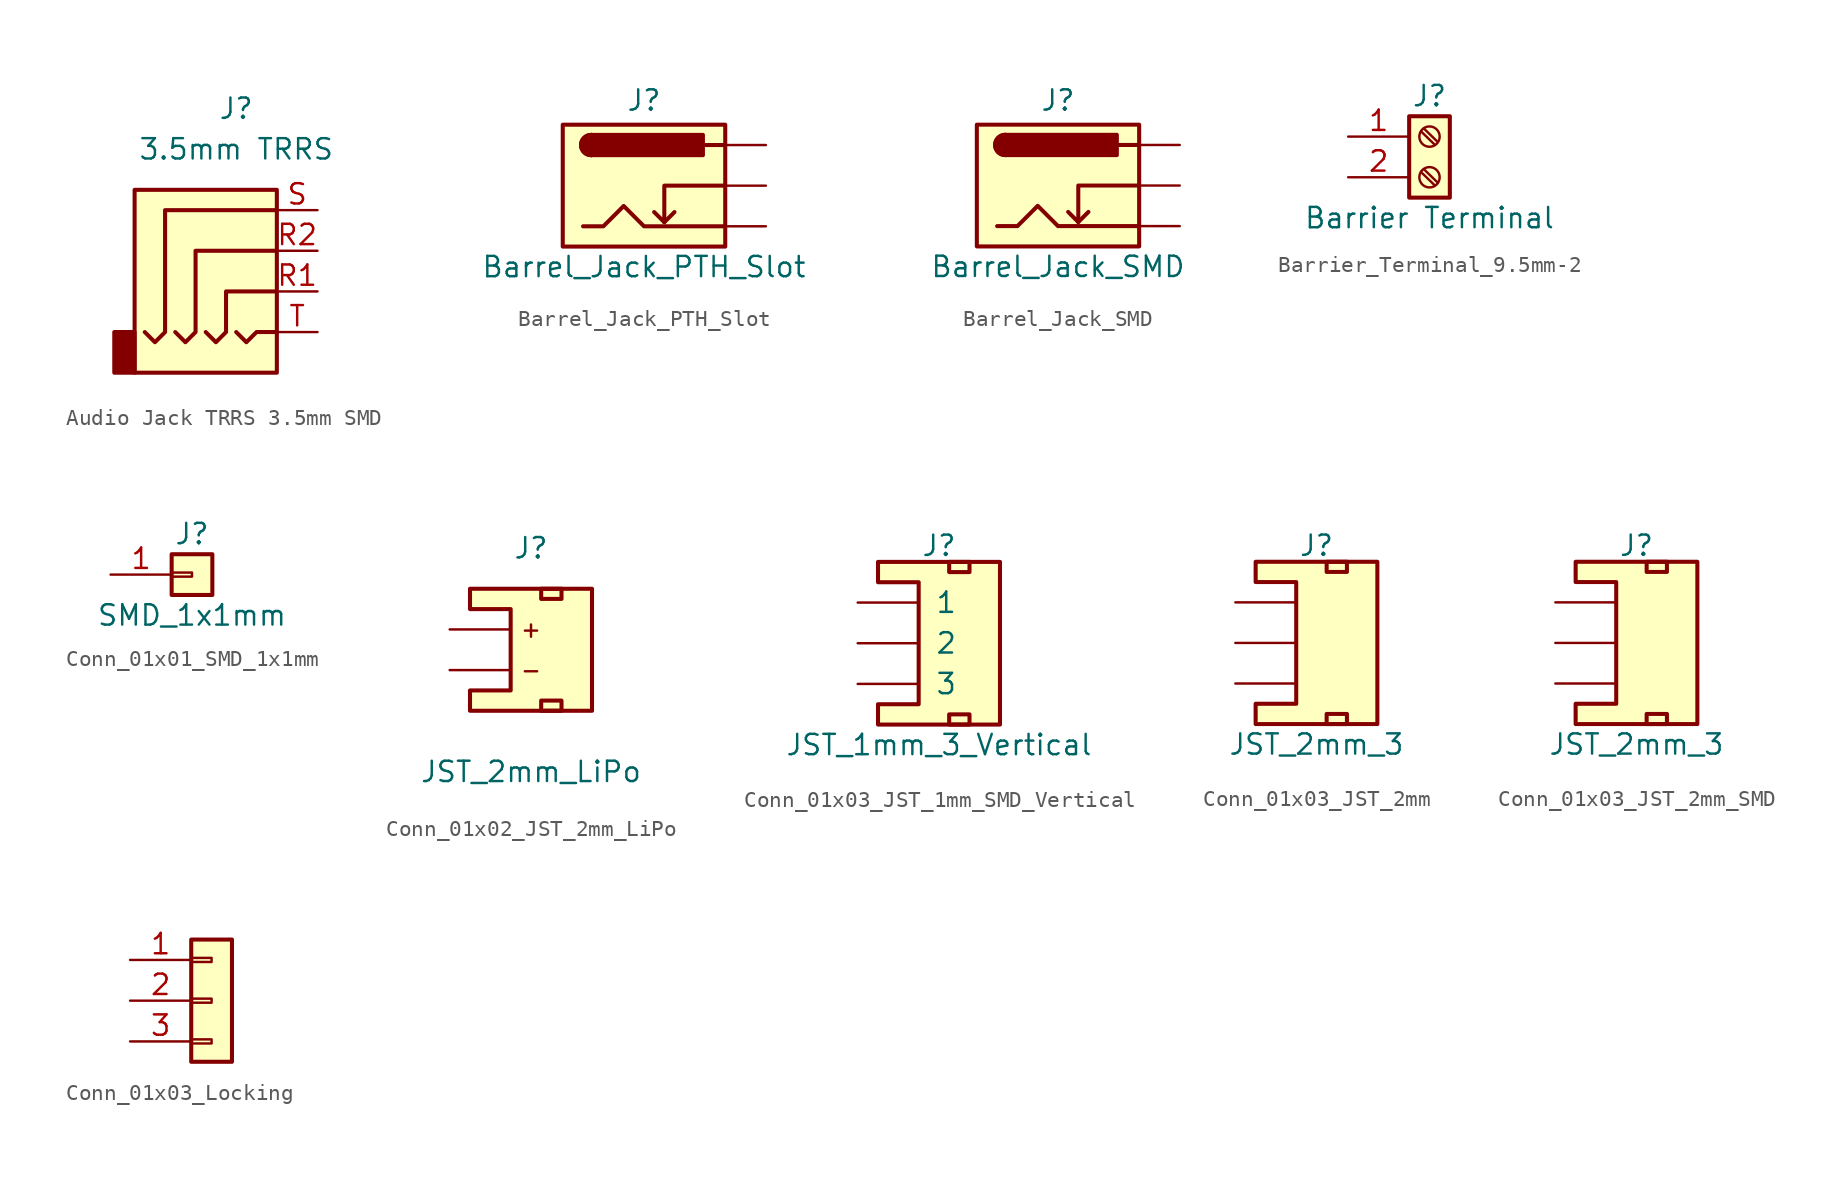
<source format=kicad_sym>
(kicad_symbol_lib
  (version 20231120)
  (generator "kicad_symbol_editor")
  (generator_version "8.0")
  (symbol "Audio Jack TRRS 3.5mm SMD"
    (property "Reference" "J"
      (at 0 8.89 0)
      (effects (font (size 1.27 1.27))))
    (property "Value" "3.5mm TRRS"
      (at 0 6.35 0)
      (effects (font (size 1.27 1.27))))
    (symbol "Audio Jack TRRS 3.5mm SMD_0_1"
      (rectangle (start -6.35 -5.08) (end -7.62 -7.62) (stroke (width 0.254) (type default)) (fill (type outline)))
      (rectangle (start -6.35 3.81) (end 2.54 -7.62) (stroke (width 0.254) (type default)) (fill (type background)))
      (polyline (pts (xy 0 -5.08) (xy 0.635 -5.715) (xy 1.27 -5.08) (xy 2.54 -5.08)) (stroke (width 0.254) (type default)) (fill (type none)))
      (polyline (pts (xy -5.715 -5.08) (xy -5.08 -5.715) (xy -4.445 -5.08) (xy -4.445 2.54) (xy 2.54 2.54)) (stroke (width 0.254) (type default)) (fill (type none)))
      (polyline (pts (xy -1.905 -5.08) (xy -1.27 -5.715) (xy -0.635 -5.08) (xy -0.635 -2.54) (xy 2.54 -2.54)) (stroke (width 0.254) (type default)) (fill (type none)))
      (polyline (pts (xy 2.54 0) (xy -2.54 0) (xy -2.54 -5.08) (xy -3.175 -5.715) (xy -3.81 -5.08)) (stroke (width 0.254) (type default)) (fill (type none))))
    (symbol "Audio Jack TRRS 3.5mm SMD_1_1"
      (pin passive line (at 5.08 -2.54 180) (length 2.54) (name "~" (effects (font (size 1.27 1.27)))) (number "R1" (effects (font (size 1.27 1.27)))))
      (pin passive line (at 5.08 0 180) (length 2.54) (name "~" (effects (font (size 1.27 1.27)))) (number "R2" (effects (font (size 1.27 1.27)))))
      (pin passive line (at 5.08 2.54 180) (length 2.54) (name "~" (effects (font (size 1.27 1.27)))) (number "S" (effects (font (size 1.27 1.27)))))
      (pin passive line (at 5.08 -5.08 180) (length 2.54) (name "~" (effects (font (size 1.27 1.27)))) (number "T" (effects (font (size 1.27 1.27)))))))
  (symbol "Barrel_Jack_PTH_Slot"
    (pin_numbers hide)
    (pin_names hide)
    (property "Reference" "J"
      (at 0 5.334 0)
      (effects (font (size 1.27 1.27))))
    (property "Value" "Barrel_Jack_PTH_Slot"
      (at 0 -5.08 0)
      (effects (font (size 1.27 1.27))))
    (symbol "Barrel_Jack_PTH_Slot_0_1"
      (rectangle (start -5.08 3.81) (end 5.08 -3.81) (stroke (width 0.254) (type default)) (fill (type background)))
      (arc (start -3.302 3.175) (mid -3.9343 2.54) (end -3.302 1.905) (stroke (width 0.254) (type default)) (fill (type none)))
      (arc (start -3.302 3.175) (mid -3.9343 2.54) (end -3.302 1.905) (stroke (width 0.254) (type default)) (fill (type outline)))
      (polyline (pts (xy 1.27 -2.286) (xy 1.905 -1.651)) (stroke (width 0.254) (type default)) (fill (type none)))
      (polyline (pts (xy 5.08 2.54) (xy 3.81 2.54)) (stroke (width 0.254) (type default)) (fill (type none)))
      (polyline (pts (xy 5.08 0) (xy 1.27 0) (xy 1.27 -2.286) (xy 0.635 -1.651)) (stroke (width 0.254) (type default)) (fill (type none)))
      (polyline (pts (xy -3.81 -2.54) (xy -2.54 -2.54) (xy -1.27 -1.27) (xy 0 -2.54) (xy 2.54 -2.54) (xy 5.08 -2.54)) (stroke (width 0.254) (type default)) (fill (type none)))
      (rectangle (start 3.683 3.175) (end -3.302 1.905) (stroke (width 0.254) (type default)) (fill (type outline))))
    (symbol "Barrel_Jack_PTH_Slot_1_1"
      (pin passive line (at 7.62 -2.54 180) (length 2.54) (name "GND" (effects (font (size 1.27 1.27)))) (number "GND" (effects (font (size 1.27 1.27)))))
      (pin passive line (at 7.62 0 180) (length 2.54) (name "GNDBREAK" (effects (font (size 1.27 1.27)))) (number "GNDBREAK" (effects (font (size 1.27 1.27)))))
      (pin passive line (at 7.62 2.54 180) (length 2.54) (name "PWR" (effects (font (size 1.27 1.27)))) (number "PWR" (effects (font (size 1.27 1.27)))))))
  (symbol "Barrel_Jack_SMD"
    (pin_numbers hide)
    (pin_names hide)
    (property "Reference" "J"
      (at 0 5.334 0)
      (effects (font (size 1.27 1.27))))
    (property "Value" "Barrel_Jack_SMD"
      (at 0 -5.08 0)
      (effects (font (size 1.27 1.27))))
    (symbol "Barrel_Jack_SMD_0_1"
      (rectangle (start -5.08 3.81) (end 5.08 -3.81) (stroke (width 0.254) (type default)) (fill (type background)))
      (arc (start -3.302 3.175) (mid -3.9343 2.54) (end -3.302 1.905) (stroke (width 0.254) (type default)) (fill (type none)))
      (arc (start -3.302 3.175) (mid -3.9343 2.54) (end -3.302 1.905) (stroke (width 0.254) (type default)) (fill (type outline)))
      (polyline (pts (xy 1.27 -2.286) (xy 1.905 -1.651)) (stroke (width 0.254) (type default)) (fill (type none)))
      (polyline (pts (xy 5.08 2.54) (xy 3.81 2.54)) (stroke (width 0.254) (type default)) (fill (type none)))
      (polyline (pts (xy 5.08 0) (xy 1.27 0) (xy 1.27 -2.286) (xy 0.635 -1.651)) (stroke (width 0.254) (type default)) (fill (type none)))
      (polyline (pts (xy -3.81 -2.54) (xy -2.54 -2.54) (xy -1.27 -1.27) (xy 0 -2.54) (xy 2.54 -2.54) (xy 5.08 -2.54)) (stroke (width 0.254) (type default)) (fill (type none)))
      (rectangle (start 3.683 3.175) (end -3.302 1.905) (stroke (width 0.254) (type default)) (fill (type outline))))
    (symbol "Barrel_Jack_SMD_1_1"
      (pin passive line (at 7.62 -2.54 180) (length 2.54) (name "GND" (effects (font (size 1.27 1.27)))) (number "GND" (effects (font (size 1.27 1.27)))))
      (pin passive line (at 7.62 0 180) (length 2.54) (name "GNDBREAK" (effects (font (size 1.27 1.27)))) (number "GNDBREAK" (effects (font (size 1.27 1.27)))))
      (pin passive line (at 7.62 2.54 180) (length 2.54) (name "PWR" (effects (font (size 1.27 1.27)))) (number "PWR" (effects (font (size 1.27 1.27)))))))
  (symbol "Barrier_Terminal_9.5mm-2"
    (pin_names
      (offset 1.016) hide)
    (property "Reference" "J"
      (at 0 3.81 0)
      (effects (font (size 1.27 1.27))))
    (property "Value" "Barrier Terminal"
      (at 0 -3.81 0)
      (effects (font (size 1.27 1.27))))
    (symbol "Barrier_Terminal_9.5mm-2_1_1"
      (rectangle (start -1.27 2.54) (end 1.27 -2.54) (stroke (width 0.254) (type default)) (fill (type background)))
      (circle (center 0 -1.27) (radius 0.635) (stroke (width 0.152) (type default)) (fill (type none)))
      (polyline (pts (xy -0.533 -0.94) (xy 0.33 -1.778)) (stroke (width 0.152) (type default)) (fill (type none)))
      (polyline (pts (xy -0.533 1.6) (xy 0.33 0.762)) (stroke (width 0.152) (type default)) (fill (type none)))
      (polyline (pts (xy -0.356 -0.762) (xy 0.508 -1.6)) (stroke (width 0.152) (type default)) (fill (type none)))
      (polyline (pts (xy -0.356 1.778) (xy 0.508 0.94)) (stroke (width 0.152) (type default)) (fill (type none)))
      (circle (center 0 1.27) (radius 0.635) (stroke (width 0.152) (type default)) (fill (type none)))
      (pin passive line (at -5.08 1.27 0) (length 3.81) (name "Pin_1" (effects (font (size 1.27 1.27)))) (number "1" (effects (font (size 1.27 1.27)))))
      (pin passive line (at -5.08 -1.27 0) (length 3.81) (name "Pin_2" (effects (font (size 1.27 1.27)))) (number "2" (effects (font (size 1.27 1.27)))))))
  (symbol "Conn_01x01_SMD_1x1mm"
    (pin_names
      (offset 1.016) hide)
    (property "Reference" "J"
      (at 0 2.54 0)
      (effects (font (size 1.27 1.27))))
    (property "Value" "SMD_1x1mm"
      (at 0 -2.54 0)
      (effects (font (size 1.27 1.27))))
    (symbol "Conn_01x01_SMD_1x1mm_1_1"
      (rectangle (start -1.27 0.127) (end 0 -0.127) (stroke (width 0.152) (type default)) (fill (type none)))
      (rectangle (start -1.27 1.27) (end 1.27 -1.27) (stroke (width 0.254) (type default)) (fill (type background)))
      (pin passive line (at -5.08 0 0) (length 3.81) (name "Pin_1" (effects (font (size 1.27 1.27)))) (number "1" (effects (font (size 1.27 1.27)))))))
  (symbol "Conn_01x02_JST_2mm_LiPo"
    (pin_numbers hide)
    (pin_names
      (offset 1.016) hide)
    (property "Reference" "J"
      (at 0 5.08 0)
      (effects (font (size 1.27 1.27))))
    (property "Value" "JST_2mm_LiPo"
      (at 0 -8.89 0)
      (effects (font (size 1.27 1.27))))
    (symbol "Conn_01x02_JST_2mm_LiPo_1_1"
      (polyline (pts (xy -1.27 1.27) (xy -3.81 1.27) (xy -3.81 2.54) (xy 3.81 2.54) (xy 3.81 -5.08) (xy -3.81 -5.08) (xy -3.81 -3.81) (xy -1.27 -3.81) (xy -1.27 1.27)) (stroke (width 0.254) (type default)) (fill (type background)))
      (rectangle (start 0.635 -4.445) (end 1.905 -5.08) (stroke (width 0.254) (type default)) (fill (type none)))
      (rectangle (start 0.635 2.54) (end 1.905 1.905) (stroke (width 0.254) (type default)) (fill (type none)))
      (text "+" (at 0 0 0) (effects (font (size 1 1))))
      (text "-" (at 0 -2.54 0) (effects (font (size 1 1))))
      (pin passive line (at -5.08 -2.54 0) (length 3.81) (name "-" (effects (font (size 1.27 1.27)))) (number "1" (effects (font (size 1.27 1.27)))))
      (pin passive line (at -5.08 0 0) (length 3.81) (name "+" (effects (font (size 1.27 1.27)))) (number "2" (effects (font (size 1.27 1.27)))))
      (pin no_connect line (at 1.27 -1.27 0) (length 2.54) hide (name "NC1" (effects (font (size 1.27 1.27)))) (number "NC1" (effects (font (size 1.27 1.27)))))
      (pin no_connect line (at 1.27 -1.27 0) (length 2.54) hide (name "NC2" (effects (font (size 1.27 1.27)))) (number "NC2" (effects (font (size 1.27 1.27)))))))
  (symbol "Conn_01x03_JST_1mm_SMD_Vertical"
    (pin_numbers hide)
    (pin_names
      (offset 1.016))
    (property "Reference" "J"
      (at 0 6.096 0)
      (effects (font (size 1.27 1.27))))
    (property "Value" "JST_1mm_3_Vertical"
      (at 0 -6.35 0)
      (effects (font (size 1.27 1.27))))
    (symbol "Conn_01x03_JST_1mm_SMD_Vertical_1_1"
      (polyline (pts (xy -1.27 3.81) (xy -3.81 3.81) (xy -3.81 5.08) (xy 3.81 5.08) (xy 3.81 -5.08) (xy -3.81 -5.08) (xy -3.81 -3.81) (xy -1.27 -3.81) (xy -1.27 3.81)) (stroke (width 0.254) (type default)) (fill (type background)))
      (rectangle (start 0.635 -4.445) (end 1.905 -5.08) (stroke (width 0.254) (type default)) (fill (type none)))
      (rectangle (start 0.635 5.08) (end 1.905 4.445) (stroke (width 0.254) (type default)) (fill (type none)))
      (pin passive line (at -5.08 2.54 0) (length 3.81) (name "1" (effects (font (size 1.27 1.27)))) (number "1" (effects (font (size 1.27 1.27)))))
      (pin passive line (at -5.08 0 0) (length 3.81) (name "2" (effects (font (size 1.27 1.27)))) (number "2" (effects (font (size 1.27 1.27)))))
      (pin passive line (at -5.08 -2.54 0) (length 3.81) (name "3" (effects (font (size 1.27 1.27)))) (number "3" (effects (font (size 1.27 1.27)))))))
  (symbol "Conn_01x03_JST_2mm"
    (pin_numbers hide)
    (pin_names
      (offset 1.016) hide)
    (property "Reference" "J"
      (at 0 6.096 0)
      (effects (font (size 1.27 1.27))))
    (property "Value" "JST_2mm_3"
      (at 0 -6.35 0)
      (effects (font (size 1.27 1.27))))
    (symbol "Conn_01x03_JST_2mm_1_1"
      (polyline (pts (xy -1.27 3.81) (xy -3.81 3.81) (xy -3.81 5.08) (xy 3.81 5.08) (xy 3.81 -5.08) (xy -3.81 -5.08) (xy -3.81 -3.81) (xy -1.27 -3.81) (xy -1.27 3.81)) (stroke (width 0.254) (type default)) (fill (type background)))
      (rectangle (start 0.635 -4.445) (end 1.905 -5.08) (stroke (width 0.254) (type default)) (fill (type none)))
      (rectangle (start 0.635 5.08) (end 1.905 4.445) (stroke (width 0.254) (type default)) (fill (type none)))
      (pin passive line (at -5.08 2.54 0) (length 3.81) (name "1" (effects (font (size 1.27 1.27)))) (number "1" (effects (font (size 1.27 1.27)))))
      (pin passive line (at -5.08 0 0) (length 3.81) (name "2" (effects (font (size 1.27 1.27)))) (number "2" (effects (font (size 1.27 1.27)))))
      (pin passive line (at -5.08 -2.54 0) (length 3.81) (name "3" (effects (font (size 1.27 1.27)))) (number "3" (effects (font (size 1.27 1.27)))))))
  (symbol "Conn_01x03_JST_2mm_SMD"
    (pin_numbers hide)
    (pin_names
      (offset 1.016) hide)
    (property "Reference" "J"
      (at 0 6.096 0)
      (effects (font (size 1.27 1.27))))
    (property "Value" "JST_2mm_3"
      (at 0 -6.35 0)
      (effects (font (size 1.27 1.27))))
    (symbol "Conn_01x03_JST_2mm_SMD_1_1"
      (polyline (pts (xy -1.27 3.81) (xy -3.81 3.81) (xy -3.81 5.08) (xy 3.81 5.08) (xy 3.81 -5.08) (xy -3.81 -5.08) (xy -3.81 -3.81) (xy -1.27 -3.81) (xy -1.27 3.81)) (stroke (width 0.254) (type default)) (fill (type background)))
      (rectangle (start 0.635 -4.445) (end 1.905 -5.08) (stroke (width 0.254) (type default)) (fill (type none)))
      (rectangle (start 0.635 5.08) (end 1.905 4.445) (stroke (width 0.254) (type default)) (fill (type none)))
      (pin passive line (at -5.08 2.54 0) (length 3.81) (name "1" (effects (font (size 1.27 1.27)))) (number "1" (effects (font (size 1.27 1.27)))))
      (pin passive line (at -5.08 0 0) (length 3.81) (name "2" (effects (font (size 1.27 1.27)))) (number "2" (effects (font (size 1.27 1.27)))))
      (pin passive line (at -5.08 -2.54 0) (length 3.81) (name "3" (effects (font (size 1.27 1.27)))) (number "3" (effects (font (size 1.27 1.27)))))))
  (symbol "Conn_01x03_Locking"
    (pin_names
      (offset 1.016) hide)
    (property "Reference" "J"
      (at 0 5.08 0)
      (effects (font (size 1.27 1.27)) (hide yes)))
    (symbol "Conn_01x03_Locking_1_1"
      (rectangle (start -1.27 -2.413) (end 0 -2.667) (stroke (width 0.152) (type default)) (fill (type none)))
      (rectangle (start -1.27 0.127) (end 0 -0.127) (stroke (width 0.152) (type default)) (fill (type none)))
      (rectangle (start -1.27 2.667) (end 0 2.413) (stroke (width 0.152) (type default)) (fill (type none)))
      (rectangle (start -1.27 3.81) (end 1.27 -3.81) (stroke (width 0.254) (type default)) (fill (type background)))
      (pin passive line (at -5.08 2.54 0) (length 3.81) (name "Pin_1" (effects (font (size 1.27 1.27)))) (number "1" (effects (font (size 1.27 1.27)))))
      (pin passive line (at -5.08 0 0) (length 3.81) (name "Pin_2" (effects (font (size 1.27 1.27)))) (number "2" (effects (font (size 1.27 1.27)))))
      (pin passive line (at -5.08 -2.54 0) (length 3.81) (name "Pin_3" (effects (font (size 1.27 1.27)))) (number "3" (effects (font (size 1.27 1.27))))))))
</source>
